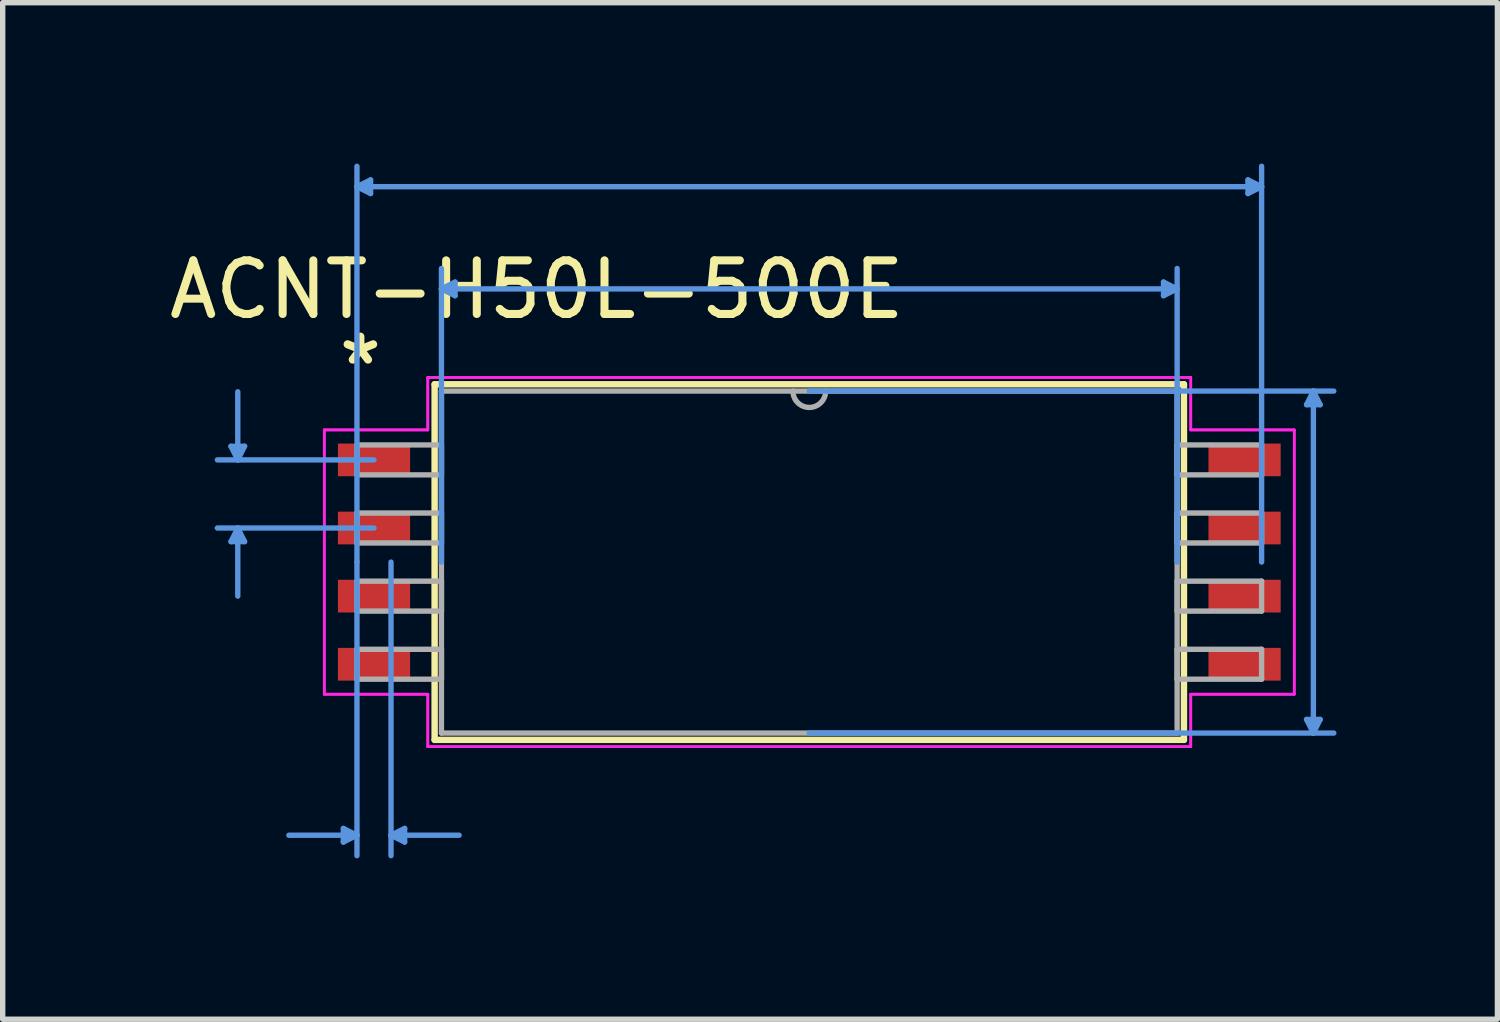
<source format=kicad_pcb>
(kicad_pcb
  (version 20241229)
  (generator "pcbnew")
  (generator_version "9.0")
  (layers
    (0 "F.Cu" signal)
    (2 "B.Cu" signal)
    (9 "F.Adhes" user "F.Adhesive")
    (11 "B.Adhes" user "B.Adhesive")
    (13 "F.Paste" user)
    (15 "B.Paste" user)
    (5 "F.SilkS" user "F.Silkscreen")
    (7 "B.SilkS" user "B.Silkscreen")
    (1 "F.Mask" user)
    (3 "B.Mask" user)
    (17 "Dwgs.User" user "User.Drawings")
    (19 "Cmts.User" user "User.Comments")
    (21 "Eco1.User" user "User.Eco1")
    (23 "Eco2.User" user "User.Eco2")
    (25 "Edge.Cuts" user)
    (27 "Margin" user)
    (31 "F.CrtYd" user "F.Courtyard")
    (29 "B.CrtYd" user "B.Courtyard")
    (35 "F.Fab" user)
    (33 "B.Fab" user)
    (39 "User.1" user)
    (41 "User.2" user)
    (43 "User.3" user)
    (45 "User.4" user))
  (footprint "ACNT-H50L-500E"
    (layer "F.Cu")
    (at 12.038 7.429)
    (property "Reference" "ACNT-H50L-500E" (at -5.08 -5.08 0) (layer "F.SilkS") (effects (font (size 1 1) (thickness 0.15))))
    (attr through_hole)
    (fp_line (start -6.985 -3.315) (end -6.985 3.315) (stroke (width 0.12) (type solid)) (layer "F.SilkS"))
    (fp_line (start -6.985 3.315) (end 6.985 3.315) (stroke (width 0.12) (type solid)) (layer "F.SilkS"))
    (fp_line (start 6.985 -3.315) (end -6.985 -3.315) (stroke (width 0.12) (type solid)) (layer "F.SilkS"))
    (fp_line (start 6.985 3.315) (end 6.985 -3.315) (stroke (width 0.12) (type solid)) (layer "F.SilkS"))
    (fp_line (start -10.782 -2.159) (end -10.528 -2.159) (stroke (width 0.1) (type solid)) (layer "Cmts.User"))
    (fp_line (start -10.782 -0.381) (end -10.528 -0.381) (stroke (width 0.1) (type solid)) (layer "Cmts.User"))
    (fp_line (start -10.655 -1.905) (end -10.782 -2.159) (stroke (width 0.1) (type solid)) (layer "Cmts.User"))
    (fp_line (start -10.655 -1.905) (end -10.655 -3.175) (stroke (width 0.1) (type solid)) (layer "Cmts.User"))
    (fp_line (start -10.655 -1.905) (end -10.528 -2.159) (stroke (width 0.1) (type solid)) (layer "Cmts.User"))
    (fp_line (start -10.655 -0.635) (end -10.782 -0.381) (stroke (width 0.1) (type solid)) (layer "Cmts.User"))
    (fp_line (start -10.655 -0.635) (end -10.655 0.635) (stroke (width 0.1) (type solid)) (layer "Cmts.User"))
    (fp_line (start -10.655 -0.635) (end -10.528 -0.381) (stroke (width 0.1) (type solid)) (layer "Cmts.User"))
    (fp_line (start -8.687 4.966) (end -8.687 5.22) (stroke (width 0.1) (type solid)) (layer "Cmts.User"))
    (fp_line (start -8.433 -6.998) (end -8.179 -7.125) (stroke (width 0.1) (type solid)) (layer "Cmts.User"))
    (fp_line (start -8.433 -6.998) (end -8.179 -6.871) (stroke (width 0.1) (type solid)) (layer "Cmts.User"))
    (fp_line (start -8.433 -6.998) (end 8.433 -6.998) (stroke (width 0.1) (type solid)) (layer "Cmts.User"))
    (fp_line (start -8.433 0) (end -8.433 -7.379) (stroke (width 0.1) (type solid)) (layer "Cmts.User"))
    (fp_line (start -8.433 0) (end -8.433 5.474) (stroke (width 0.1) (type solid)) (layer "Cmts.User"))
    (fp_line (start -8.433 5.093) (end -9.703 5.093) (stroke (width 0.1) (type solid)) (layer "Cmts.User"))
    (fp_line (start -8.433 5.093) (end -8.687 4.966) (stroke (width 0.1) (type solid)) (layer "Cmts.User"))
    (fp_line (start -8.433 5.093) (end -8.687 5.22) (stroke (width 0.1) (type solid)) (layer "Cmts.User"))
    (fp_line (start -8.179 -7.125) (end -8.179 -6.871) (stroke (width 0.1) (type solid)) (layer "Cmts.User"))
    (fp_line (start -8.115 -1.905) (end -11.036 -1.905) (stroke (width 0.1) (type solid)) (layer "Cmts.User"))
    (fp_line (start -8.115 -0.635) (end -11.036 -0.635) (stroke (width 0.1) (type solid)) (layer "Cmts.User"))
    (fp_line (start -7.798 0) (end -7.798 5.474) (stroke (width 0.1) (type solid)) (layer "Cmts.User"))
    (fp_line (start -7.798 5.093) (end -7.544 4.966) (stroke (width 0.1) (type solid)) (layer "Cmts.User"))
    (fp_line (start -7.798 5.093) (end -7.544 5.22) (stroke (width 0.1) (type solid)) (layer "Cmts.User"))
    (fp_line (start -7.798 5.093) (end -6.528 5.093) (stroke (width 0.1) (type solid)) (layer "Cmts.User"))
    (fp_line (start -7.544 4.966) (end -7.544 5.22) (stroke (width 0.1) (type solid)) (layer "Cmts.User"))
    (fp_line (start -6.858 -5.093) (end -6.604 -5.22) (stroke (width 0.1) (type solid)) (layer "Cmts.User"))
    (fp_line (start -6.858 -5.093) (end -6.604 -4.966) (stroke (width 0.1) (type solid)) (layer "Cmts.User"))
    (fp_line (start -6.858 -5.093) (end 6.858 -5.093) (stroke (width 0.1) (type solid)) (layer "Cmts.User"))
    (fp_line (start -6.858 0) (end -6.858 -5.474) (stroke (width 0.1) (type solid)) (layer "Cmts.User"))
    (fp_line (start -6.604 -5.22) (end -6.604 -4.966) (stroke (width 0.1) (type solid)) (layer "Cmts.User"))
    (fp_line (start 0 -3.188) (end 9.779 -3.188) (stroke (width 0.1) (type solid)) (layer "Cmts.User"))
    (fp_line (start 0 3.188) (end 9.779 3.188) (stroke (width 0.1) (type solid)) (layer "Cmts.User"))
    (fp_line (start 6.604 -5.22) (end 6.604 -4.966) (stroke (width 0.1) (type solid)) (layer "Cmts.User"))
    (fp_line (start 6.858 -5.093) (end 6.604 -5.22) (stroke (width 0.1) (type solid)) (layer "Cmts.User"))
    (fp_line (start 6.858 -5.093) (end 6.604 -4.966) (stroke (width 0.1) (type solid)) (layer "Cmts.User"))
    (fp_line (start 6.858 0) (end 6.858 -5.474) (stroke (width 0.1) (type solid)) (layer "Cmts.User"))
    (fp_line (start 8.179 -7.125) (end 8.179 -6.871) (stroke (width 0.1) (type solid)) (layer "Cmts.User"))
    (fp_line (start 8.433 -6.998) (end 8.179 -7.125) (stroke (width 0.1) (type solid)) (layer "Cmts.User"))
    (fp_line (start 8.433 -6.998) (end 8.179 -6.871) (stroke (width 0.1) (type solid)) (layer "Cmts.User"))
    (fp_line (start 8.433 0) (end 8.433 -7.379) (stroke (width 0.1) (type solid)) (layer "Cmts.User"))
    (fp_line (start 9.271 -2.934) (end 9.525 -2.934) (stroke (width 0.1) (type solid)) (layer "Cmts.User"))
    (fp_line (start 9.271 2.934) (end 9.525 2.934) (stroke (width 0.1) (type solid)) (layer "Cmts.User"))
    (fp_line (start 9.398 -3.188) (end 9.271 -2.934) (stroke (width 0.1) (type solid)) (layer "Cmts.User"))
    (fp_line (start 9.398 -3.188) (end 9.398 3.188) (stroke (width 0.1) (type solid)) (layer "Cmts.User"))
    (fp_line (start 9.398 -3.188) (end 9.525 -2.934) (stroke (width 0.1) (type solid)) (layer "Cmts.User"))
    (fp_line (start 9.398 3.188) (end 9.271 2.934) (stroke (width 0.1) (type solid)) (layer "Cmts.User"))
    (fp_line (start 9.398 3.188) (end 9.525 2.934) (stroke (width 0.1) (type solid)) (layer "Cmts.User"))
    (fp_line (start -9.042 -2.464) (end -7.112 -2.464) (stroke (width 0.05) (type solid)) (layer "F.CrtYd"))
    (fp_line (start -9.042 -2.464) (end -7.112 -2.464) (stroke (width 0.05) (type solid)) (layer "F.CrtYd"))
    (fp_line (start -9.042 2.464) (end -9.042 -2.464) (stroke (width 0.05) (type solid)) (layer "F.CrtYd"))
    (fp_line (start -9.042 2.464) (end -9.042 -2.464) (stroke (width 0.05) (type solid)) (layer "F.CrtYd"))
    (fp_line (start -9.042 2.464) (end -7.112 2.464) (stroke (width 0.05) (type solid)) (layer "F.CrtYd"))
    (fp_line (start -7.112 -3.442) (end 7.112 -3.442) (stroke (width 0.05) (type solid)) (layer "F.CrtYd"))
    (fp_line (start -7.112 -3.442) (end 7.112 -3.442) (stroke (width 0.05) (type solid)) (layer "F.CrtYd"))
    (fp_line (start -7.112 -2.464) (end -7.112 -3.442) (stroke (width 0.05) (type solid)) (layer "F.CrtYd"))
    (fp_line (start -7.112 -2.464) (end -7.112 -3.442) (stroke (width 0.05) (type solid)) (layer "F.CrtYd"))
    (fp_line (start -7.112 2.464) (end -9.042 2.464) (stroke (width 0.05) (type solid)) (layer "F.CrtYd"))
    (fp_line (start -7.112 3.442) (end -7.112 2.464) (stroke (width 0.05) (type solid)) (layer "F.CrtYd"))
    (fp_line (start -7.112 3.442) (end -7.112 2.464) (stroke (width 0.05) (type solid)) (layer "F.CrtYd"))
    (fp_line (start 7.112 -3.442) (end 7.112 -2.464) (stroke (width 0.05) (type solid)) (layer "F.CrtYd"))
    (fp_line (start 7.112 -3.442) (end 7.112 -2.464) (stroke (width 0.05) (type solid)) (layer "F.CrtYd"))
    (fp_line (start 7.112 -2.464) (end 9.042 -2.464) (stroke (width 0.05) (type solid)) (layer "F.CrtYd"))
    (fp_line (start 7.112 2.464) (end 7.112 3.442) (stroke (width 0.05) (type solid)) (layer "F.CrtYd"))
    (fp_line (start 7.112 2.464) (end 7.112 3.442) (stroke (width 0.05) (type solid)) (layer "F.CrtYd"))
    (fp_line (start 7.112 3.442) (end -7.112 3.442) (stroke (width 0.05) (type solid)) (layer "F.CrtYd"))
    (fp_line (start 7.112 3.442) (end -7.112 3.442) (stroke (width 0.05) (type solid)) (layer "F.CrtYd"))
    (fp_line (start 9.042 -2.464) (end 7.112 -2.464) (stroke (width 0.05) (type solid)) (layer "F.CrtYd"))
    (fp_line (start 9.042 -2.464) (end 9.042 2.464) (stroke (width 0.05) (type solid)) (layer "F.CrtYd"))
    (fp_line (start 9.042 -2.464) (end 9.042 2.464) (stroke (width 0.05) (type solid)) (layer "F.CrtYd"))
    (fp_line (start 9.042 2.464) (end 7.112 2.464) (stroke (width 0.05) (type solid)) (layer "F.CrtYd"))
    (fp_line (start 9.042 2.464) (end 7.112 2.464) (stroke (width 0.05) (type solid)) (layer "F.CrtYd"))
    (fp_line (start -8.433 -2.184) (end -8.433 -1.626) (stroke (width 0.1) (type solid)) (layer "F.Fab"))
    (fp_line (start -8.433 -1.626) (end -6.858 -1.626) (stroke (width 0.1) (type solid)) (layer "F.Fab"))
    (fp_line (start -8.433 -0.914) (end -8.433 -0.356) (stroke (width 0.1) (type solid)) (layer "F.Fab"))
    (fp_line (start -8.433 -0.356) (end -6.858 -0.356) (stroke (width 0.1) (type solid)) (layer "F.Fab"))
    (fp_line (start -8.433 0.356) (end -8.433 0.914) (stroke (width 0.1) (type solid)) (layer "F.Fab"))
    (fp_line (start -8.433 0.914) (end -6.858 0.914) (stroke (width 0.1) (type solid)) (layer "F.Fab"))
    (fp_line (start -8.433 1.626) (end -8.433 2.184) (stroke (width 0.1) (type solid)) (layer "F.Fab"))
    (fp_line (start -8.433 2.184) (end -6.858 2.184) (stroke (width 0.1) (type solid)) (layer "F.Fab"))
    (fp_line (start -6.858 -3.188) (end -6.858 3.188) (stroke (width 0.1) (type solid)) (layer "F.Fab"))
    (fp_line (start -6.858 -2.184) (end -8.433 -2.184) (stroke (width 0.1) (type solid)) (layer "F.Fab"))
    (fp_line (start -6.858 -1.626) (end -6.858 -2.184) (stroke (width 0.1) (type solid)) (layer "F.Fab"))
    (fp_line (start -6.858 -0.914) (end -8.433 -0.914) (stroke (width 0.1) (type solid)) (layer "F.Fab"))
    (fp_line (start -6.858 -0.356) (end -6.858 -0.914) (stroke (width 0.1) (type solid)) (layer "F.Fab"))
    (fp_line (start -6.858 0.356) (end -8.433 0.356) (stroke (width 0.1) (type solid)) (layer "F.Fab"))
    (fp_line (start -6.858 0.914) (end -6.858 0.356) (stroke (width 0.1) (type solid)) (layer "F.Fab"))
    (fp_line (start -6.858 1.626) (end -8.433 1.626) (stroke (width 0.1) (type solid)) (layer "F.Fab"))
    (fp_line (start -6.858 2.184) (end -6.858 1.626) (stroke (width 0.1) (type solid)) (layer "F.Fab"))
    (fp_line (start -6.858 3.188) (end 6.858 3.188) (stroke (width 0.1) (type solid)) (layer "F.Fab"))
    (fp_line (start 6.858 -3.188) (end -6.858 -3.188) (stroke (width 0.1) (type solid)) (layer "F.Fab"))
    (fp_line (start 6.858 -2.184) (end 6.858 -1.626) (stroke (width 0.1) (type solid)) (layer "F.Fab"))
    (fp_line (start 6.858 -1.626) (end 8.433 -1.626) (stroke (width 0.1) (type solid)) (layer "F.Fab"))
    (fp_line (start 6.858 -0.914) (end 6.858 -0.356) (stroke (width 0.1) (type solid)) (layer "F.Fab"))
    (fp_line (start 6.858 -0.356) (end 8.433 -0.356) (stroke (width 0.1) (type solid)) (layer "F.Fab"))
    (fp_line (start 6.858 0.356) (end 6.858 0.914) (stroke (width 0.1) (type solid)) (layer "F.Fab"))
    (fp_line (start 6.858 0.914) (end 8.433 0.914) (stroke (width 0.1) (type solid)) (layer "F.Fab"))
    (fp_line (start 6.858 1.626) (end 6.858 2.184) (stroke (width 0.1) (type solid)) (layer "F.Fab"))
    (fp_line (start 6.858 2.184) (end 8.433 2.184) (stroke (width 0.1) (type solid)) (layer "F.Fab"))
    (fp_line (start 6.858 3.188) (end 6.858 -3.188) (stroke (width 0.1) (type solid)) (layer "F.Fab"))
    (fp_line (start 8.433 -2.184) (end 6.858 -2.184) (stroke (width 0.1) (type solid)) (layer "F.Fab"))
    (fp_line (start 8.433 -1.626) (end 8.433 -2.184) (stroke (width 0.1) (type solid)) (layer "F.Fab"))
    (fp_line (start 8.433 -0.914) (end 6.858 -0.914) (stroke (width 0.1) (type solid)) (layer "F.Fab"))
    (fp_line (start 8.433 -0.356) (end 8.433 -0.914) (stroke (width 0.1) (type solid)) (layer "F.Fab"))
    (fp_line (start 8.433 0.356) (end 6.858 0.356) (stroke (width 0.1) (type solid)) (layer "F.Fab"))
    (fp_line (start 8.433 0.914) (end 8.433 0.356) (stroke (width 0.1) (type solid)) (layer "F.Fab"))
    (fp_line (start 8.433 1.626) (end 6.858 1.626) (stroke (width 0.1) (type solid)) (layer "F.Fab"))
    (fp_line (start 8.433 2.184) (end 8.433 1.626) (stroke (width 0.1) (type solid)) (layer "F.Fab"))
    (fp_arc (start 0.3048 -3.1877) (mid 0 -2.8829) (end -0.3048 -3.1877) (stroke (width 0.1) (type solid)) (layer "F.Fab"))
    (fp_text user "*" (at -8.369 -3.658 0) (layer "F.SilkS") (effects (font (size 1 1) (thickness 0.15))))
    (pad "1" smd rect (at -8.115 -1.905) (size 1.346 0.61) (layers "F.Cu" "F.Mask" "F.Paste"))
    (pad "2" smd rect (at -8.115 -0.635) (size 1.346 0.61) (layers "F.Cu" "F.Mask" "F.Paste"))
    (pad "3" smd rect (at -8.115 0.635) (size 1.346 0.61) (layers "F.Cu" "F.Mask" "F.Paste"))
    (pad "4" smd rect (at -8.115 1.905) (size 1.346 0.61) (layers "F.Cu" "F.Mask" "F.Paste"))
    (pad "5" smd rect (at 8.115 1.905) (size 1.346 0.61) (layers "F.Cu" "F.Mask" "F.Paste"))
    (pad "6" smd rect (at 8.115 0.635) (size 1.346 0.61) (layers "F.Cu" "F.Mask" "F.Paste"))
    (pad "7" smd rect (at 8.115 -0.635) (size 1.346 0.61) (layers "F.Cu" "F.Mask" "F.Paste"))
    (pad "8" smd rect (at 8.115 -1.905) (size 1.346 0.61) (layers "F.Cu" "F.Mask" "F.Paste")))
  (gr_rect
    (start -3 -3)
    (end 24.867 15.952)
    (stroke (width 0.1) (type default))
    (fill no)
    (layer "Edge.Cuts")))
</source>
